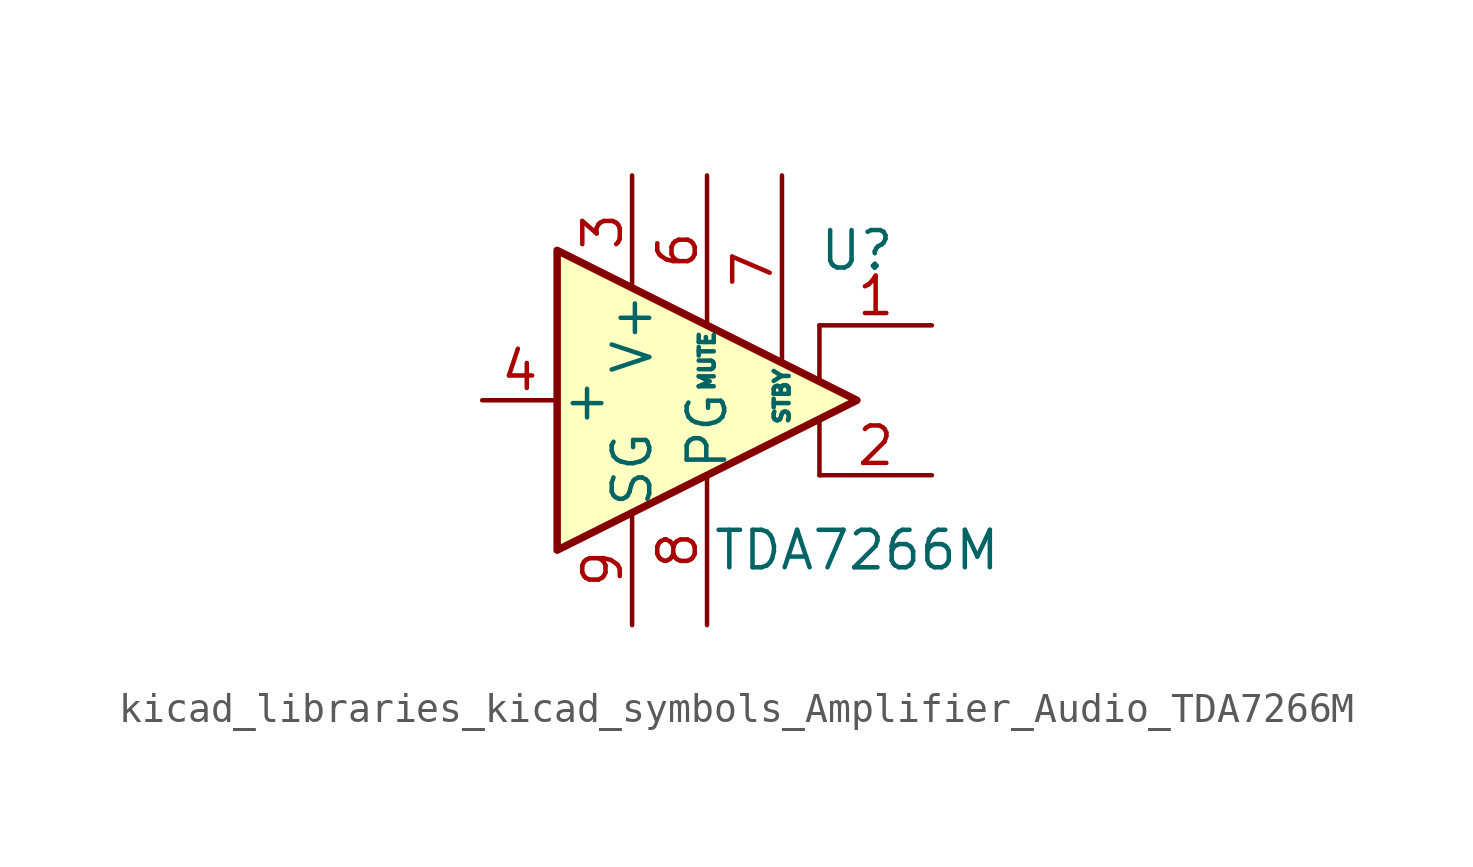
<source format=kicad_sym>
(kicad_symbol_lib
  (version 20220914)
  (generator kicad_symbol_editor)
  (symbol "kicad_libraries_kicad_symbols_Amplifier_Audio_TDA7266M"
    (pin_names
      (offset 0.127))
    (property "Reference" "U"
      (at 5.08 5.08 0)
      (effects (font (size 1.27 1.27))))
    (property "Value" "TDA7266M"
      (at 5.08 -5.08 0)
      (effects (font (size 1.27 1.27))))
    (symbol "kicad_libraries_kicad_symbols_Amplifier_Audio_TDA7266M_0_1"
      (polyline (pts (xy 3.81 -0.635) (xy 3.81 -2.54)) (stroke (width 0) (type default)) (fill (type none)))
      (polyline (pts (xy 3.81 2.54) (xy 3.81 0.635)) (stroke (width 0) (type default)) (fill (type none)))
      (polyline (pts (xy 5.08 0) (xy -5.08 5.08) (xy -5.08 -5.08) (xy 5.08 0)) (stroke (width 0.254) (type default)) (fill (type background))))
    (symbol "kicad_libraries_kicad_symbols_Amplifier_Audio_TDA7266M_1_1"
      (pin output line (at 7.62 2.54 180) (length 3.81) (name "~" (effects (font (size 1.27 1.27)))) (number "1" (effects (font (size 1.27 1.27)))))
      (pin no_connect line (at 0 2.54 270) (length 2.54) hide (name "NC" (effects (font (size 1.27 1.27)))) (number "10" (effects (font (size 1.27 1.27)))))
      (pin no_connect line (at 2.54 1.27 270) (length 2.54) hide (name "NC" (effects (font (size 1.27 1.27)))) (number "11" (effects (font (size 1.27 1.27)))))
      (pin no_connect line (at -5.08 -5.08 90) (length 2.54) hide (name "NC" (effects (font (size 1.27 1.27)))) (number "12" (effects (font (size 1.27 1.27)))))
      (pin passive line (at -2.54 7.62 270) (length 3.81) hide (name "V+" (effects (font (size 1.27 1.27)))) (number "13" (effects (font (size 1.27 1.27)))))
      (pin no_connect line (at 0 -2.54 90) (length 2.54) hide (name "NC" (effects (font (size 1.27 1.27)))) (number "14" (effects (font (size 1.27 1.27)))))
      (pin no_connect line (at 2.54 -1.27 90) (length 2.54) hide (name "NC" (effects (font (size 1.27 1.27)))) (number "15" (effects (font (size 1.27 1.27)))))
      (pin output line (at 7.62 -2.54 180) (length 3.81) (name "~" (effects (font (size 1.27 1.27)))) (number "2" (effects (font (size 1.27 1.27)))))
      (pin power_in line (at -2.54 7.62 270) (length 3.81) (name "V+" (effects (font (size 1.27 1.27)))) (number "3" (effects (font (size 1.27 1.27)))))
      (pin input line (at -7.62 0 0) (length 2.54) (name "+" (effects (font (size 1.27 1.27)))) (number "4" (effects (font (size 1.27 1.27)))))
      (pin no_connect line (at -5.08 5.08 270) (length 2.54) hide (name "NC" (effects (font (size 1.27 1.27)))) (number "5" (effects (font (size 1.27 1.27)))))
      (pin input line (at 0 7.62 270) (length 5.08) (name "MUTE" (effects (font (size 0.508 0.508)))) (number "6" (effects (font (size 1.27 1.27)))))
      (pin input line (at 2.54 7.62 270) (length 6.35) (name "STBY" (effects (font (size 0.508 0.508)))) (number "7" (effects (font (size 1.27 1.27)))))
      (pin power_in line (at 0 -7.62 90) (length 5.08) (name "PG" (effects (font (size 1.27 1.27)))) (number "8" (effects (font (size 1.27 1.27)))))
      (pin power_in line (at -2.54 -7.62 90) (length 3.81) (name "SG" (effects (font (size 1.27 1.27)))) (number "9" (effects (font (size 1.27 1.27))))))))
</source>
